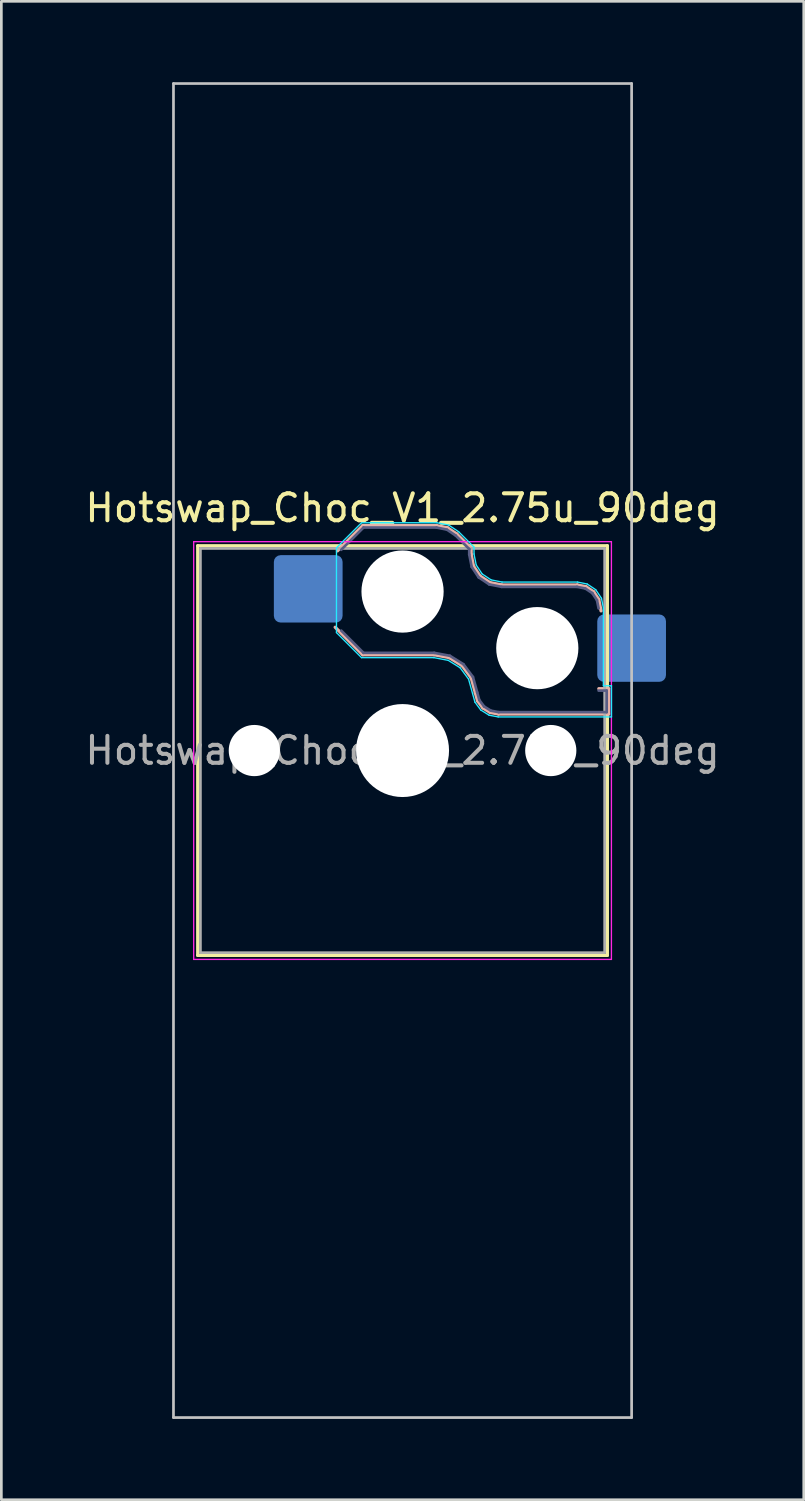
<source format=kicad_pcb>
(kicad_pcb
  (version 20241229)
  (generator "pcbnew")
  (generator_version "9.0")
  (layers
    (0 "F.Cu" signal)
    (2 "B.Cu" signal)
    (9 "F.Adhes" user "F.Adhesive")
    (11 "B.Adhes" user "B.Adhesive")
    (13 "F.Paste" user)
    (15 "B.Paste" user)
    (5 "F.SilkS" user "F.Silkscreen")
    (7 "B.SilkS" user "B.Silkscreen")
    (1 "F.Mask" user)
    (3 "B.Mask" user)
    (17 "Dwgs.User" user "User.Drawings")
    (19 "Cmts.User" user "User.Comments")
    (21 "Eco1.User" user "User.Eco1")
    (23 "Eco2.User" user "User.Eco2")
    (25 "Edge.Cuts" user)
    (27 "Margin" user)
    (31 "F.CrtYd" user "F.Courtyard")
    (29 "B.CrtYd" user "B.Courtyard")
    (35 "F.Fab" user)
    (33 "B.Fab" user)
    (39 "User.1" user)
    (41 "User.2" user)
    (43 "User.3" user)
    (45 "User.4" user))
  (footprint "Hotswap_Choc_V1_2.75u_90deg"
    (layer "F.Cu")
    (at 11.887 24.8)
    (property "Reference" "Hotswap_Choc_V1_2.75u_90deg" (at 0 -9 0) (layer "F.SilkS") (effects (font (size 1 1) (thickness 0.15))))
    (attr smd)
    (fp_line (start -7.6 -7.6) (end -7.6 7.6) (stroke (width 0.12) (type solid)) (layer "F.SilkS"))
    (fp_line (start -7.6 7.6) (end 7.6 7.6) (stroke (width 0.12) (type solid)) (layer "F.SilkS"))
    (fp_line (start 7.6 -7.6) (end -7.6 -7.6) (stroke (width 0.12) (type solid)) (layer "F.SilkS"))
    (fp_line (start 7.6 7.6) (end 7.6 -7.6) (stroke (width 0.12) (type solid)) (layer "F.SilkS"))
    (fp_line (start -2.416 -7.409) (end -1.479 -8.346) (stroke (width 0.12) (type solid)) (layer "B.SilkS"))
    (fp_line (start -1.479 -8.346) (end 1.268 -8.346) (stroke (width 0.12) (type solid)) (layer "B.SilkS"))
    (fp_line (start -1.479 -3.554) (end -2.5 -4.575) (stroke (width 0.12) (type solid)) (layer "B.SilkS"))
    (fp_line (start 1.168 -3.554) (end -1.479 -3.554) (stroke (width 0.12) (type solid)) (layer "B.SilkS"))
    (fp_line (start 1.268 -8.346) (end 1.671 -8.266) (stroke (width 0.12) (type solid)) (layer "B.SilkS"))
    (fp_line (start 1.671 -8.266) (end 2.013 -8.037) (stroke (width 0.12) (type solid)) (layer "B.SilkS"))
    (fp_line (start 1.73 -3.449) (end 1.168 -3.554) (stroke (width 0.12) (type solid)) (layer "B.SilkS"))
    (fp_line (start 2.013 -8.037) (end 2.546 -7.504) (stroke (width 0.12) (type solid)) (layer "B.SilkS"))
    (fp_line (start 2.209 -3.15) (end 1.73 -3.449) (stroke (width 0.12) (type solid)) (layer "B.SilkS"))
    (fp_line (start 2.546 -7.504) (end 2.546 -7.282) (stroke (width 0.12) (type solid)) (layer "B.SilkS"))
    (fp_line (start 2.546 -7.282) (end 2.633 -6.844) (stroke (width 0.12) (type solid)) (layer "B.SilkS"))
    (fp_line (start 2.547 -2.697) (end 2.209 -3.15) (stroke (width 0.12) (type solid)) (layer "B.SilkS"))
    (fp_line (start 2.633 -6.844) (end 2.877 -6.477) (stroke (width 0.12) (type solid)) (layer "B.SilkS"))
    (fp_line (start 2.701 -2.139) (end 2.547 -2.697) (stroke (width 0.12) (type solid)) (layer "B.SilkS"))
    (fp_line (start 2.783 -1.841) (end 2.701 -2.139) (stroke (width 0.12) (type solid)) (layer "B.SilkS"))
    (fp_line (start 2.877 -6.477) (end 3.244 -6.233) (stroke (width 0.12) (type solid)) (layer "B.SilkS"))
    (fp_line (start 2.976 -1.583) (end 2.783 -1.841) (stroke (width 0.12) (type solid)) (layer "B.SilkS"))
    (fp_line (start 3.244 -6.233) (end 3.682 -6.146) (stroke (width 0.12) (type solid)) (layer "B.SilkS"))
    (fp_line (start 3.25 -1.413) (end 2.976 -1.583) (stroke (width 0.12) (type solid)) (layer "B.SilkS"))
    (fp_line (start 3.56 -1.354) (end 3.25 -1.413) (stroke (width 0.12) (type solid)) (layer "B.SilkS"))
    (fp_line (start 3.682 -6.146) (end 6.482 -6.146) (stroke (width 0.12) (type solid)) (layer "B.SilkS"))
    (fp_line (start 6.482 -6.146) (end 6.809 -6.081) (stroke (width 0.12) (type solid)) (layer "B.SilkS"))
    (fp_line (start 6.809 -6.081) (end 7.092 -5.892) (stroke (width 0.12) (type solid)) (layer "B.SilkS"))
    (fp_line (start 7.092 -5.892) (end 7.281 -5.609) (stroke (width 0.12) (type solid)) (layer "B.SilkS"))
    (fp_line (start 7.281 -5.609) (end 7.366 -5.182) (stroke (width 0.12) (type solid)) (layer "B.SilkS"))
    (fp_line (start 7.283 -2.296) (end 7.646 -2.296) (stroke (width 0.12) (type solid)) (layer "B.SilkS"))
    (fp_line (start 7.646 -2.296) (end 7.646 -1.354) (stroke (width 0.12) (type solid)) (layer "B.SilkS"))
    (fp_line (start 7.646 -1.354) (end 3.56 -1.354) (stroke (width 0.12) (type solid)) (layer "B.SilkS"))
    (fp_line (start -8.5 -24.75) (end 8.5 -24.75) (stroke (width 0.1) (type solid)) (layer "Dwgs.User"))
    (fp_line (start -8.5 24.75) (end -8.5 -24.75) (stroke (width 0.1) (type solid)) (layer "Dwgs.User"))
    (fp_line (start 8.5 -24.75) (end 8.5 24.75) (stroke (width 0.1) (type solid)) (layer "Dwgs.User"))
    (fp_line (start 8.5 24.75) (end -8.5 24.75) (stroke (width 0.1) (type solid)) (layer "Dwgs.User"))
    (fp_line (start -7.25 -7.25) (end -7.25 7.25) (stroke (width 0.1) (type solid)) (layer "Eco1.User"))
    (fp_line (start -7.25 7.25) (end 7.25 7.25) (stroke (width 0.1) (type solid)) (layer "Eco1.User"))
    (fp_line (start 7.25 -7.25) (end -7.25 -7.25) (stroke (width 0.1) (type solid)) (layer "Eco1.User"))
    (fp_line (start 7.25 7.25) (end 7.25 -7.25) (stroke (width 0.1) (type solid)) (layer "Eco1.User"))
    (fp_line (start -2.452 -7.523) (end -1.523 -8.452) (stroke (width 0.05) (type solid)) (layer "B.CrtYd"))
    (fp_line (start -2.452 -4.377) (end -2.452 -7.523) (stroke (width 0.05) (type solid)) (layer "B.CrtYd"))
    (fp_line (start -1.523 -8.452) (end 1.278 -8.452) (stroke (width 0.05) (type solid)) (layer "B.CrtYd"))
    (fp_line (start -1.523 -3.448) (end -2.452 -4.377) (stroke (width 0.05) (type solid)) (layer "B.CrtYd"))
    (fp_line (start 1.159 -3.448) (end -1.523 -3.448) (stroke (width 0.05) (type solid)) (layer "B.CrtYd"))
    (fp_line (start 1.278 -8.452) (end 1.712 -8.366) (stroke (width 0.05) (type solid)) (layer "B.CrtYd"))
    (fp_line (start 1.691 -3.348) (end 1.159 -3.448) (stroke (width 0.05) (type solid)) (layer "B.CrtYd"))
    (fp_line (start 1.712 -8.366) (end 2.081 -8.119) (stroke (width 0.05) (type solid)) (layer "B.CrtYd"))
    (fp_line (start 2.081 -8.119) (end 2.652 -7.548) (stroke (width 0.05) (type solid)) (layer "B.CrtYd"))
    (fp_line (start 2.136 -3.071) (end 1.691 -3.348) (stroke (width 0.05) (type solid)) (layer "B.CrtYd"))
    (fp_line (start 2.45 -2.65) (end 2.136 -3.071) (stroke (width 0.05) (type solid)) (layer "B.CrtYd"))
    (fp_line (start 2.599 -2.111) (end 2.45 -2.65) (stroke (width 0.05) (type solid)) (layer "B.CrtYd"))
    (fp_line (start 2.652 -7.548) (end 2.652 -7.292) (stroke (width 0.05) (type solid)) (layer "B.CrtYd"))
    (fp_line (start 2.652 -7.292) (end 2.733 -6.885) (stroke (width 0.05) (type solid)) (layer "B.CrtYd"))
    (fp_line (start 2.687 -1.794) (end 2.599 -2.111) (stroke (width 0.05) (type solid)) (layer "B.CrtYd"))
    (fp_line (start 2.733 -6.885) (end 2.953 -6.553) (stroke (width 0.05) (type solid)) (layer "B.CrtYd"))
    (fp_line (start 2.903 -1.503) (end 2.687 -1.794) (stroke (width 0.05) (type solid)) (layer "B.CrtYd"))
    (fp_line (start 2.953 -6.553) (end 3.285 -6.333) (stroke (width 0.05) (type solid)) (layer "B.CrtYd"))
    (fp_line (start 3.211 -1.312) (end 2.903 -1.503) (stroke (width 0.05) (type solid)) (layer "B.CrtYd"))
    (fp_line (start 3.285 -6.333) (end 3.692 -6.252) (stroke (width 0.05) (type solid)) (layer "B.CrtYd"))
    (fp_line (start 3.55 -1.248) (end 3.211 -1.312) (stroke (width 0.05) (type solid)) (layer "B.CrtYd"))
    (fp_line (start 3.692 -6.252) (end 6.492 -6.252) (stroke (width 0.05) (type solid)) (layer "B.CrtYd"))
    (fp_line (start 6.492 -6.252) (end 6.85 -6.181) (stroke (width 0.05) (type solid)) (layer "B.CrtYd"))
    (fp_line (start 6.85 -6.181) (end 7.168 -5.968) (stroke (width 0.05) (type solid)) (layer "B.CrtYd"))
    (fp_line (start 7.168 -5.968) (end 7.381 -5.65) (stroke (width 0.05) (type solid)) (layer "B.CrtYd"))
    (fp_line (start 7.381 -5.65) (end 7.452 -5.292) (stroke (width 0.05) (type solid)) (layer "B.CrtYd"))
    (fp_line (start 7.452 -5.292) (end 7.452 -2.402) (stroke (width 0.05) (type solid)) (layer "B.CrtYd"))
    (fp_line (start 7.452 -2.402) (end 7.752 -2.402) (stroke (width 0.05) (type solid)) (layer "B.CrtYd"))
    (fp_line (start 7.752 -2.402) (end 7.752 -1.248) (stroke (width 0.05) (type solid)) (layer "B.CrtYd"))
    (fp_line (start 7.752 -1.248) (end 3.55 -1.248) (stroke (width 0.05) (type solid)) (layer "B.CrtYd"))
    (fp_line (start -7.75 -7.75) (end -7.75 7.75) (stroke (width 0.05) (type solid)) (layer "F.CrtYd"))
    (fp_line (start -7.75 7.75) (end 7.75 7.75) (stroke (width 0.05) (type solid)) (layer "F.CrtYd"))
    (fp_line (start 7.75 -7.75) (end -7.75 -7.75) (stroke (width 0.05) (type solid)) (layer "F.CrtYd"))
    (fp_line (start 7.75 7.75) (end 7.75 -7.75) (stroke (width 0.05) (type solid)) (layer "F.CrtYd"))
    (fp_line (start -2.275 -7.45) (end -1.45 -8.275) (stroke (width 0.1) (type solid)) (layer "B.Fab"))
    (fp_line (start -1.45 -8.275) (end 1.261 -8.275) (stroke (width 0.1) (type solid)) (layer "B.Fab"))
    (fp_line (start -1.45 -3.625) (end -2.275 -4.45) (stroke (width 0.1) (type solid)) (layer "B.Fab"))
    (fp_line (start 1.175 -3.625) (end -1.45 -3.625) (stroke (width 0.1) (type solid)) (layer "B.Fab"))
    (fp_line (start 1.261 -8.275) (end 1.643 -8.199) (stroke (width 0.1) (type solid)) (layer "B.Fab"))
    (fp_line (start 1.643 -8.199) (end 1.968 -7.982) (stroke (width 0.1) (type solid)) (layer "B.Fab"))
    (fp_line (start 1.756 -3.516) (end 1.175 -3.625) (stroke (width 0.1) (type solid)) (layer "B.Fab"))
    (fp_line (start 1.968 -7.982) (end 2.475 -7.475) (stroke (width 0.1) (type solid)) (layer "B.Fab"))
    (fp_line (start 2.258 -3.203) (end 1.756 -3.516) (stroke (width 0.1) (type solid)) (layer "B.Fab"))
    (fp_line (start 2.475 -7.475) (end 2.475 -7.275) (stroke (width 0.1) (type solid)) (layer "B.Fab"))
    (fp_line (start 2.475 -7.275) (end 2.566 -6.816) (stroke (width 0.1) (type solid)) (layer "B.Fab"))
    (fp_line (start 2.566 -6.816) (end 2.826 -6.426) (stroke (width 0.1) (type solid)) (layer "B.Fab"))
    (fp_line (start 2.612 -2.729) (end 2.258 -3.203) (stroke (width 0.1) (type solid)) (layer "B.Fab"))
    (fp_line (start 2.769 -2.158) (end 2.612 -2.729) (stroke (width 0.1) (type solid)) (layer "B.Fab"))
    (fp_line (start 2.826 -6.426) (end 3.216 -6.166) (stroke (width 0.1) (type solid)) (layer "B.Fab"))
    (fp_line (start 2.848 -1.873) (end 2.769 -2.158) (stroke (width 0.1) (type solid)) (layer "B.Fab"))
    (fp_line (start 3.025 -1.636) (end 2.848 -1.873) (stroke (width 0.1) (type solid)) (layer "B.Fab"))
    (fp_line (start 3.216 -6.166) (end 3.675 -6.075) (stroke (width 0.1) (type solid)) (layer "B.Fab"))
    (fp_line (start 3.276 -1.48) (end 3.025 -1.636) (stroke (width 0.1) (type solid)) (layer "B.Fab"))
    (fp_line (start 3.567 -1.425) (end 3.276 -1.48) (stroke (width 0.1) (type solid)) (layer "B.Fab"))
    (fp_line (start 3.675 -6.075) (end 6.475 -6.075) (stroke (width 0.1) (type solid)) (layer "B.Fab"))
    (fp_line (start 6.475 -6.075) (end 6.781 -6.014) (stroke (width 0.1) (type solid)) (layer "B.Fab"))
    (fp_line (start 6.781 -6.014) (end 7.041 -5.841) (stroke (width 0.1) (type solid)) (layer "B.Fab"))
    (fp_line (start 7.041 -5.841) (end 7.214 -5.581) (stroke (width 0.1) (type solid)) (layer "B.Fab"))
    (fp_line (start 7.214 -5.581) (end 7.275 -5.275) (stroke (width 0.1) (type solid)) (layer "B.Fab"))
    (fp_line (start 7.275 -2.225) (end 7.575 -2.225) (stroke (width 0.1) (type solid)) (layer "B.Fab"))
    (fp_line (start 7.575 -2.225) (end 7.575 -1.425) (stroke (width 0.1) (type solid)) (layer "B.Fab"))
    (fp_line (start 7.575 -1.425) (end 3.567 -1.425) (stroke (width 0.1) (type solid)) (layer "B.Fab"))
    (fp_line (start -7.5 -7.5) (end -7.5 7.5) (stroke (width 0.1) (type solid)) (layer "F.Fab"))
    (fp_line (start -7.5 7.5) (end 7.5 7.5) (stroke (width 0.1) (type solid)) (layer "F.Fab"))
    (fp_line (start 7.5 -7.5) (end -7.5 -7.5) (stroke (width 0.1) (type solid)) (layer "F.Fab"))
    (fp_line (start 7.5 7.5) (end 7.5 -7.5) (stroke (width 0.1) (type solid)) (layer "F.Fab"))
    (fp_text user "${REFERENCE}" (at 0 0 0) (layer "F.Fab") (effects (font (size 1 1) (thickness 0.15))))
    (pad "" np_thru_hole circle (at -5.5 0) (size 1.9 1.9) (drill 1.9) (layers "*.Cu" "*.Mask"))
    (pad "" np_thru_hole circle (at 0 -5.9) (size 3.05 3.05) (drill 3.05) (layers "*.Cu" "*.Mask"))
    (pad "" np_thru_hole circle (at 0 0) (size 3.45 3.45) (drill 3.45) (layers "*.Cu" "*.Mask"))
    (pad "" np_thru_hole circle (at 5 -3.8) (size 3.05 3.05) (drill 3.05) (layers "*.Cu" "*.Mask"))
    (pad "" np_thru_hole circle (at 5.5 0) (size 1.9 1.9) (drill 1.9) (layers "*.Cu" "*.Mask"))
    (pad "1" smd roundrect (at -3.5 -6) (size 2.55 2.5) (layers "B.Cu" "B.Mask" "B.Paste") (roundrect_rratio 0.1))
    (pad "2" smd roundrect (at 8.5 -3.8) (size 2.55 2.5) (layers "B.Cu" "B.Mask" "B.Paste") (roundrect_rratio 0.1)))
  (gr_rect
    (start -3 -3)
    (end 26.774 52.6)
    (stroke (width 0.1) (type default))
    (fill no)
    (layer "Edge.Cuts")))
</source>
